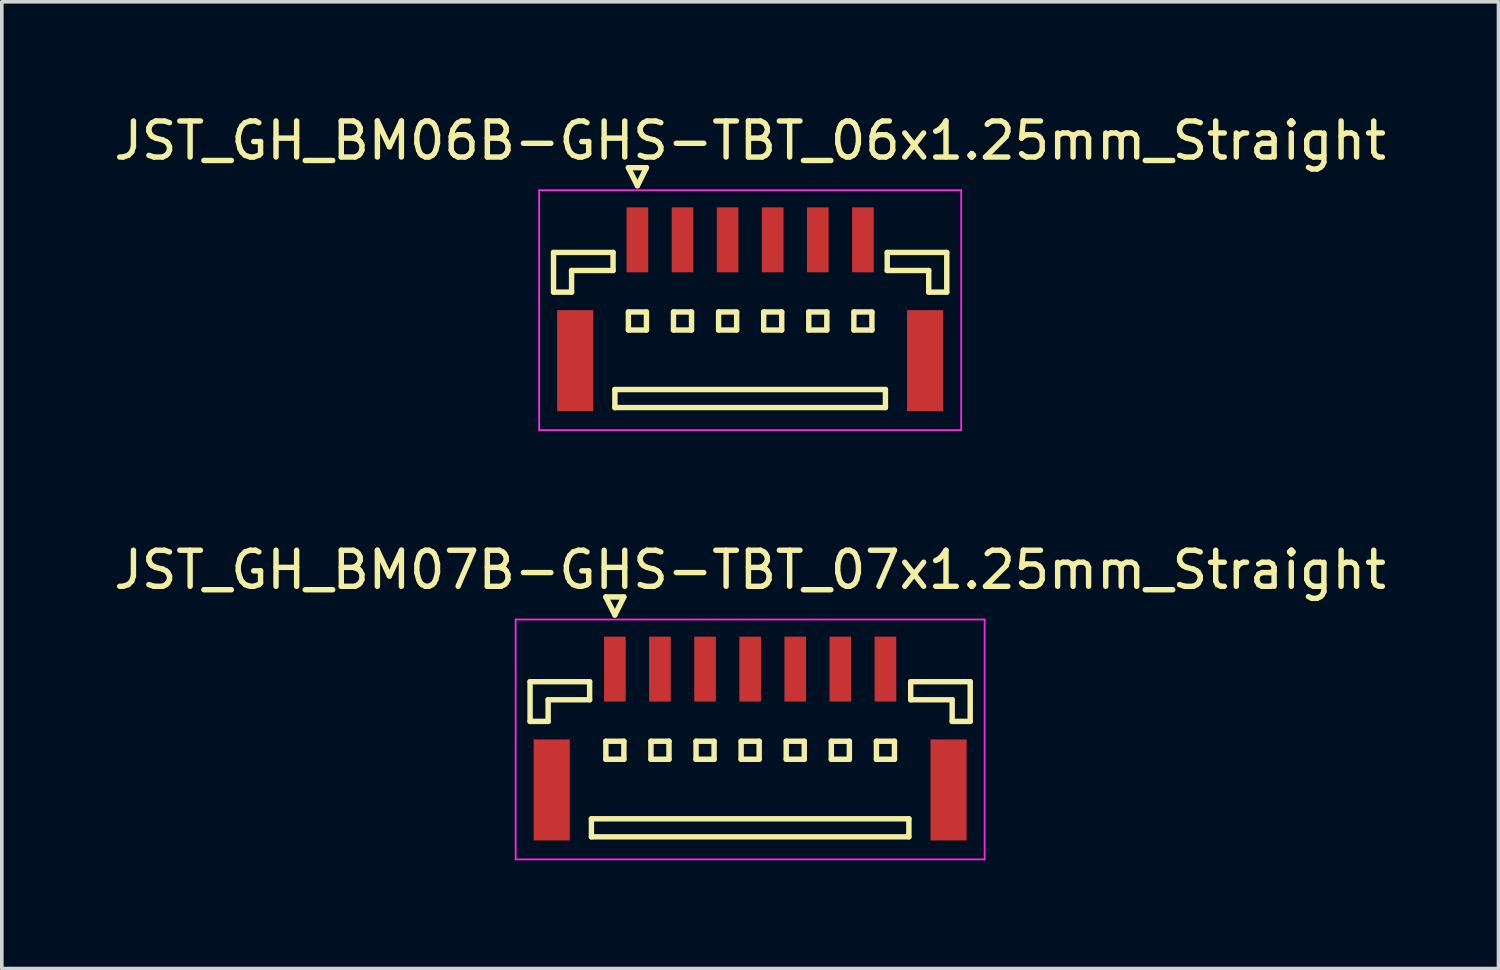
<source format=kicad_pcb>
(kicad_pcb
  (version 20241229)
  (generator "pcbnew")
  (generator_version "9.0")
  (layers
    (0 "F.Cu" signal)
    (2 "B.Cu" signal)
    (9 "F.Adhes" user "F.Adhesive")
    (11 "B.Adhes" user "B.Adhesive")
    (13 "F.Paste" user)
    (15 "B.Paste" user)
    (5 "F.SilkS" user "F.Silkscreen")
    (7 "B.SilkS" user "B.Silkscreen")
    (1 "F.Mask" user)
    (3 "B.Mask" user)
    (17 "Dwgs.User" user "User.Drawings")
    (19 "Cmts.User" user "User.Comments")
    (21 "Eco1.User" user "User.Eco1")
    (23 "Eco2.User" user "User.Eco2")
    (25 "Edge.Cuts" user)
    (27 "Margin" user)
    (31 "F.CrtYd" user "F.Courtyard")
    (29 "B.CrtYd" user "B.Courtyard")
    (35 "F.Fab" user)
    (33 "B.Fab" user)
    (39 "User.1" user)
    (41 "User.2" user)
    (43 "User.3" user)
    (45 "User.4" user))
  (footprint "JST_GH_BM06B-GHS-TBT_06x1.25mm_Straight"
    (layer "F.Cu")
    (at 17.744 5.273)
    (property "Reference" "JST_GH_BM06B-GHS-TBT_06x1.25mm_Straight" (at 0 -4.425 0) (layer "F.SilkS") (effects (font (size 1 1) (thickness 0.15))))
    (attr smd)
    (fp_line (start -5.45 -1.325) (end -3.8 -1.325) (stroke (width 0.15) (type solid)) (layer "F.SilkS"))
    (fp_line (start -5.45 -0.225) (end -5.45 -1.325) (stroke (width 0.15) (type solid)) (layer "F.SilkS"))
    (fp_line (start -4.95 -0.825) (end -4.95 -0.225) (stroke (width 0.15) (type solid)) (layer "F.SilkS"))
    (fp_line (start -4.95 -0.225) (end -5.45 -0.225) (stroke (width 0.15) (type solid)) (layer "F.SilkS"))
    (fp_line (start -3.8 -1.325) (end -3.8 -0.825) (stroke (width 0.15) (type solid)) (layer "F.SilkS"))
    (fp_line (start -3.8 -0.825) (end -4.95 -0.825) (stroke (width 0.15) (type solid)) (layer "F.SilkS"))
    (fp_line (start -3.75 2.475) (end -3.75 2.975) (stroke (width 0.15) (type solid)) (layer "F.SilkS"))
    (fp_line (start -3.75 2.975) (end 3.75 2.975) (stroke (width 0.15) (type solid)) (layer "F.SilkS"))
    (fp_line (start -3.375 -3.675) (end -2.875 -3.675) (stroke (width 0.15) (type solid)) (layer "F.SilkS"))
    (fp_line (start -3.375 0.325) (end -3.375 0.825) (stroke (width 0.15) (type solid)) (layer "F.SilkS"))
    (fp_line (start -3.375 0.825) (end -2.875 0.825) (stroke (width 0.15) (type solid)) (layer "F.SilkS"))
    (fp_line (start -3.125 -3.175) (end -3.375 -3.675) (stroke (width 0.15) (type solid)) (layer "F.SilkS"))
    (fp_line (start -2.875 -3.675) (end -3.125 -3.175) (stroke (width 0.15) (type solid)) (layer "F.SilkS"))
    (fp_line (start -2.875 0.325) (end -3.375 0.325) (stroke (width 0.15) (type solid)) (layer "F.SilkS"))
    (fp_line (start -2.875 0.825) (end -2.875 0.325) (stroke (width 0.15) (type solid)) (layer "F.SilkS"))
    (fp_line (start -2.125 0.325) (end -2.125 0.825) (stroke (width 0.15) (type solid)) (layer "F.SilkS"))
    (fp_line (start -2.125 0.825) (end -1.625 0.825) (stroke (width 0.15) (type solid)) (layer "F.SilkS"))
    (fp_line (start -1.625 0.325) (end -2.125 0.325) (stroke (width 0.15) (type solid)) (layer "F.SilkS"))
    (fp_line (start -1.625 0.825) (end -1.625 0.325) (stroke (width 0.15) (type solid)) (layer "F.SilkS"))
    (fp_line (start -0.875 0.325) (end -0.875 0.825) (stroke (width 0.15) (type solid)) (layer "F.SilkS"))
    (fp_line (start -0.875 0.825) (end -0.375 0.825) (stroke (width 0.15) (type solid)) (layer "F.SilkS"))
    (fp_line (start -0.375 0.325) (end -0.875 0.325) (stroke (width 0.15) (type solid)) (layer "F.SilkS"))
    (fp_line (start -0.375 0.825) (end -0.375 0.325) (stroke (width 0.15) (type solid)) (layer "F.SilkS"))
    (fp_line (start 0.375 0.325) (end 0.375 0.825) (stroke (width 0.15) (type solid)) (layer "F.SilkS"))
    (fp_line (start 0.375 0.825) (end 0.875 0.825) (stroke (width 0.15) (type solid)) (layer "F.SilkS"))
    (fp_line (start 0.875 0.325) (end 0.375 0.325) (stroke (width 0.15) (type solid)) (layer "F.SilkS"))
    (fp_line (start 0.875 0.825) (end 0.875 0.325) (stroke (width 0.15) (type solid)) (layer "F.SilkS"))
    (fp_line (start 1.625 0.325) (end 1.625 0.825) (stroke (width 0.15) (type solid)) (layer "F.SilkS"))
    (fp_line (start 1.625 0.825) (end 2.125 0.825) (stroke (width 0.15) (type solid)) (layer "F.SilkS"))
    (fp_line (start 2.125 0.325) (end 1.625 0.325) (stroke (width 0.15) (type solid)) (layer "F.SilkS"))
    (fp_line (start 2.125 0.825) (end 2.125 0.325) (stroke (width 0.15) (type solid)) (layer "F.SilkS"))
    (fp_line (start 2.875 0.325) (end 2.875 0.825) (stroke (width 0.15) (type solid)) (layer "F.SilkS"))
    (fp_line (start 2.875 0.825) (end 3.375 0.825) (stroke (width 0.15) (type solid)) (layer "F.SilkS"))
    (fp_line (start 3.375 0.325) (end 2.875 0.325) (stroke (width 0.15) (type solid)) (layer "F.SilkS"))
    (fp_line (start 3.375 0.825) (end 3.375 0.325) (stroke (width 0.15) (type solid)) (layer "F.SilkS"))
    (fp_line (start 3.75 2.475) (end -3.75 2.475) (stroke (width 0.15) (type solid)) (layer "F.SilkS"))
    (fp_line (start 3.75 2.975) (end 3.75 2.475) (stroke (width 0.15) (type solid)) (layer "F.SilkS"))
    (fp_line (start 3.8 -1.325) (end 3.8 -0.825) (stroke (width 0.15) (type solid)) (layer "F.SilkS"))
    (fp_line (start 3.8 -0.825) (end 4.95 -0.825) (stroke (width 0.15) (type solid)) (layer "F.SilkS"))
    (fp_line (start 4.95 -0.825) (end 4.95 -0.225) (stroke (width 0.15) (type solid)) (layer "F.SilkS"))
    (fp_line (start 4.95 -0.225) (end 5.45 -0.225) (stroke (width 0.15) (type solid)) (layer "F.SilkS"))
    (fp_line (start 5.45 -1.325) (end 3.8 -1.325) (stroke (width 0.15) (type solid)) (layer "F.SilkS"))
    (fp_line (start 5.45 -0.225) (end 5.45 -1.325) (stroke (width 0.15) (type solid)) (layer "F.SilkS"))
    (fp_line (start -5.85 -3.05) (end -5.85 3.6) (stroke (width 0.05) (type solid)) (layer "F.CrtYd"))
    (fp_line (start -5.85 3.6) (end 5.85 3.6) (stroke (width 0.05) (type solid)) (layer "F.CrtYd"))
    (fp_line (start 5.85 -3.05) (end -5.85 -3.05) (stroke (width 0.05) (type solid)) (layer "F.CrtYd"))
    (fp_line (start 5.85 3.6) (end 5.85 -3.05) (stroke (width 0.05) (type solid)) (layer "F.CrtYd"))
    (pad "" smd rect (at -4.85 1.675) (size 1 2.8) (layers "F.Cu" "F.Mask" "F.Paste"))
    (pad "" smd rect (at 4.85 1.675) (size 1 2.8) (layers "F.Cu" "F.Mask" "F.Paste"))
    (pad "1" smd rect (at -3.125 -1.675) (size 0.6 1.8) (layers "F.Cu" "F.Mask" "F.Paste"))
    (pad "2" smd rect (at -1.875 -1.675) (size 0.6 1.8) (layers "F.Cu" "F.Mask" "F.Paste"))
    (pad "3" smd rect (at -0.625 -1.675) (size 0.6 1.8) (layers "F.Cu" "F.Mask" "F.Paste"))
    (pad "4" smd rect (at 0.625 -1.675) (size 0.6 1.8) (layers "F.Cu" "F.Mask" "F.Paste"))
    (pad "5" smd rect (at 1.875 -1.675) (size 0.6 1.8) (layers "F.Cu" "F.Mask" "F.Paste"))
    (pad "6" smd rect (at 3.125 -1.675) (size 0.6 1.8) (layers "F.Cu" "F.Mask" "F.Paste")))
  (footprint "JST_GH_BM07B-GHS-TBT_07x1.25mm_Straight"
    (layer "F.Cu")
    (at 17.744 17.172)
    (property "Reference" "JST_GH_BM07B-GHS-TBT_07x1.25mm_Straight" (at 0 -4.425 0) (layer "F.SilkS") (effects (font (size 1 1) (thickness 0.15))))
    (attr smd)
    (fp_line (start -6.1 -1.325) (end -4.45 -1.325) (stroke (width 0.15) (type solid)) (layer "F.SilkS"))
    (fp_line (start -6.1 -0.225) (end -6.1 -1.325) (stroke (width 0.15) (type solid)) (layer "F.SilkS"))
    (fp_line (start -5.6 -0.825) (end -5.6 -0.225) (stroke (width 0.15) (type solid)) (layer "F.SilkS"))
    (fp_line (start -5.6 -0.225) (end -6.1 -0.225) (stroke (width 0.15) (type solid)) (layer "F.SilkS"))
    (fp_line (start -4.45 -1.325) (end -4.45 -0.825) (stroke (width 0.15) (type solid)) (layer "F.SilkS"))
    (fp_line (start -4.45 -0.825) (end -5.6 -0.825) (stroke (width 0.15) (type solid)) (layer "F.SilkS"))
    (fp_line (start -4.4 2.475) (end -4.4 2.975) (stroke (width 0.15) (type solid)) (layer "F.SilkS"))
    (fp_line (start -4.4 2.975) (end 4.4 2.975) (stroke (width 0.15) (type solid)) (layer "F.SilkS"))
    (fp_line (start -4 -3.675) (end -3.5 -3.675) (stroke (width 0.15) (type solid)) (layer "F.SilkS"))
    (fp_line (start -4 0.325) (end -4 0.825) (stroke (width 0.15) (type solid)) (layer "F.SilkS"))
    (fp_line (start -4 0.825) (end -3.5 0.825) (stroke (width 0.15) (type solid)) (layer "F.SilkS"))
    (fp_line (start -3.75 -3.175) (end -4 -3.675) (stroke (width 0.15) (type solid)) (layer "F.SilkS"))
    (fp_line (start -3.5 -3.675) (end -3.75 -3.175) (stroke (width 0.15) (type solid)) (layer "F.SilkS"))
    (fp_line (start -3.5 0.325) (end -4 0.325) (stroke (width 0.15) (type solid)) (layer "F.SilkS"))
    (fp_line (start -3.5 0.825) (end -3.5 0.325) (stroke (width 0.15) (type solid)) (layer "F.SilkS"))
    (fp_line (start -2.75 0.325) (end -2.75 0.825) (stroke (width 0.15) (type solid)) (layer "F.SilkS"))
    (fp_line (start -2.75 0.825) (end -2.25 0.825) (stroke (width 0.15) (type solid)) (layer "F.SilkS"))
    (fp_line (start -2.25 0.325) (end -2.75 0.325) (stroke (width 0.15) (type solid)) (layer "F.SilkS"))
    (fp_line (start -2.25 0.825) (end -2.25 0.325) (stroke (width 0.15) (type solid)) (layer "F.SilkS"))
    (fp_line (start -1.5 0.325) (end -1.5 0.825) (stroke (width 0.15) (type solid)) (layer "F.SilkS"))
    (fp_line (start -1.5 0.825) (end -1 0.825) (stroke (width 0.15) (type solid)) (layer "F.SilkS"))
    (fp_line (start -1 0.325) (end -1.5 0.325) (stroke (width 0.15) (type solid)) (layer "F.SilkS"))
    (fp_line (start -1 0.825) (end -1 0.325) (stroke (width 0.15) (type solid)) (layer "F.SilkS"))
    (fp_line (start -0.25 0.325) (end -0.25 0.825) (stroke (width 0.15) (type solid)) (layer "F.SilkS"))
    (fp_line (start -0.25 0.825) (end 0.25 0.825) (stroke (width 0.15) (type solid)) (layer "F.SilkS"))
    (fp_line (start 0.25 0.325) (end -0.25 0.325) (stroke (width 0.15) (type solid)) (layer "F.SilkS"))
    (fp_line (start 0.25 0.825) (end 0.25 0.325) (stroke (width 0.15) (type solid)) (layer "F.SilkS"))
    (fp_line (start 1 0.325) (end 1 0.825) (stroke (width 0.15) (type solid)) (layer "F.SilkS"))
    (fp_line (start 1 0.825) (end 1.5 0.825) (stroke (width 0.15) (type solid)) (layer "F.SilkS"))
    (fp_line (start 1.5 0.325) (end 1 0.325) (stroke (width 0.15) (type solid)) (layer "F.SilkS"))
    (fp_line (start 1.5 0.825) (end 1.5 0.325) (stroke (width 0.15) (type solid)) (layer "F.SilkS"))
    (fp_line (start 2.25 0.325) (end 2.25 0.825) (stroke (width 0.15) (type solid)) (layer "F.SilkS"))
    (fp_line (start 2.25 0.825) (end 2.75 0.825) (stroke (width 0.15) (type solid)) (layer "F.SilkS"))
    (fp_line (start 2.75 0.325) (end 2.25 0.325) (stroke (width 0.15) (type solid)) (layer "F.SilkS"))
    (fp_line (start 2.75 0.825) (end 2.75 0.325) (stroke (width 0.15) (type solid)) (layer "F.SilkS"))
    (fp_line (start 3.5 0.325) (end 3.5 0.825) (stroke (width 0.15) (type solid)) (layer "F.SilkS"))
    (fp_line (start 3.5 0.825) (end 4 0.825) (stroke (width 0.15) (type solid)) (layer "F.SilkS"))
    (fp_line (start 4 0.325) (end 3.5 0.325) (stroke (width 0.15) (type solid)) (layer "F.SilkS"))
    (fp_line (start 4 0.825) (end 4 0.325) (stroke (width 0.15) (type solid)) (layer "F.SilkS"))
    (fp_line (start 4.4 2.475) (end -4.4 2.475) (stroke (width 0.15) (type solid)) (layer "F.SilkS"))
    (fp_line (start 4.4 2.975) (end 4.4 2.475) (stroke (width 0.15) (type solid)) (layer "F.SilkS"))
    (fp_line (start 4.45 -1.325) (end 4.45 -0.825) (stroke (width 0.15) (type solid)) (layer "F.SilkS"))
    (fp_line (start 4.45 -0.825) (end 5.6 -0.825) (stroke (width 0.15) (type solid)) (layer "F.SilkS"))
    (fp_line (start 5.6 -0.825) (end 5.6 -0.225) (stroke (width 0.15) (type solid)) (layer "F.SilkS"))
    (fp_line (start 5.6 -0.225) (end 6.1 -0.225) (stroke (width 0.15) (type solid)) (layer "F.SilkS"))
    (fp_line (start 6.1 -1.325) (end 4.45 -1.325) (stroke (width 0.15) (type solid)) (layer "F.SilkS"))
    (fp_line (start 6.1 -0.225) (end 6.1 -1.325) (stroke (width 0.15) (type solid)) (layer "F.SilkS"))
    (fp_line (start -6.5 -3.05) (end -6.5 3.6) (stroke (width 0.05) (type solid)) (layer "F.CrtYd"))
    (fp_line (start -6.5 3.6) (end 6.5 3.6) (stroke (width 0.05) (type solid)) (layer "F.CrtYd"))
    (fp_line (start 6.5 -3.05) (end -6.5 -3.05) (stroke (width 0.05) (type solid)) (layer "F.CrtYd"))
    (fp_line (start 6.5 3.6) (end 6.5 -3.05) (stroke (width 0.05) (type solid)) (layer "F.CrtYd"))
    (pad "" smd rect (at -5.5 1.675) (size 1 2.8) (layers "F.Cu" "F.Mask" "F.Paste"))
    (pad "" smd rect (at 5.5 1.675) (size 1 2.8) (layers "F.Cu" "F.Mask" "F.Paste"))
    (pad "1" smd rect (at -3.75 -1.675) (size 0.6 1.8) (layers "F.Cu" "F.Mask" "F.Paste"))
    (pad "2" smd rect (at -2.5 -1.675) (size 0.6 1.8) (layers "F.Cu" "F.Mask" "F.Paste"))
    (pad "3" smd rect (at -1.25 -1.675) (size 0.6 1.8) (layers "F.Cu" "F.Mask" "F.Paste"))
    (pad "4" smd rect (at 0 -1.675) (size 0.6 1.8) (layers "F.Cu" "F.Mask" "F.Paste"))
    (pad "5" smd rect (at 1.25 -1.675) (size 0.6 1.8) (layers "F.Cu" "F.Mask" "F.Paste"))
    (pad "6" smd rect (at 2.5 -1.675) (size 0.6 1.8) (layers "F.Cu" "F.Mask" "F.Paste"))
    (pad "7" smd rect (at 3.75 -1.675) (size 0.6 1.8) (layers "F.Cu" "F.Mask" "F.Paste")))
  (gr_rect
    (start -3 -3)
    (end 38.488 23.797)
    (stroke (width 0.1) (type default))
    (fill no)
    (layer "Edge.Cuts")))
</source>
